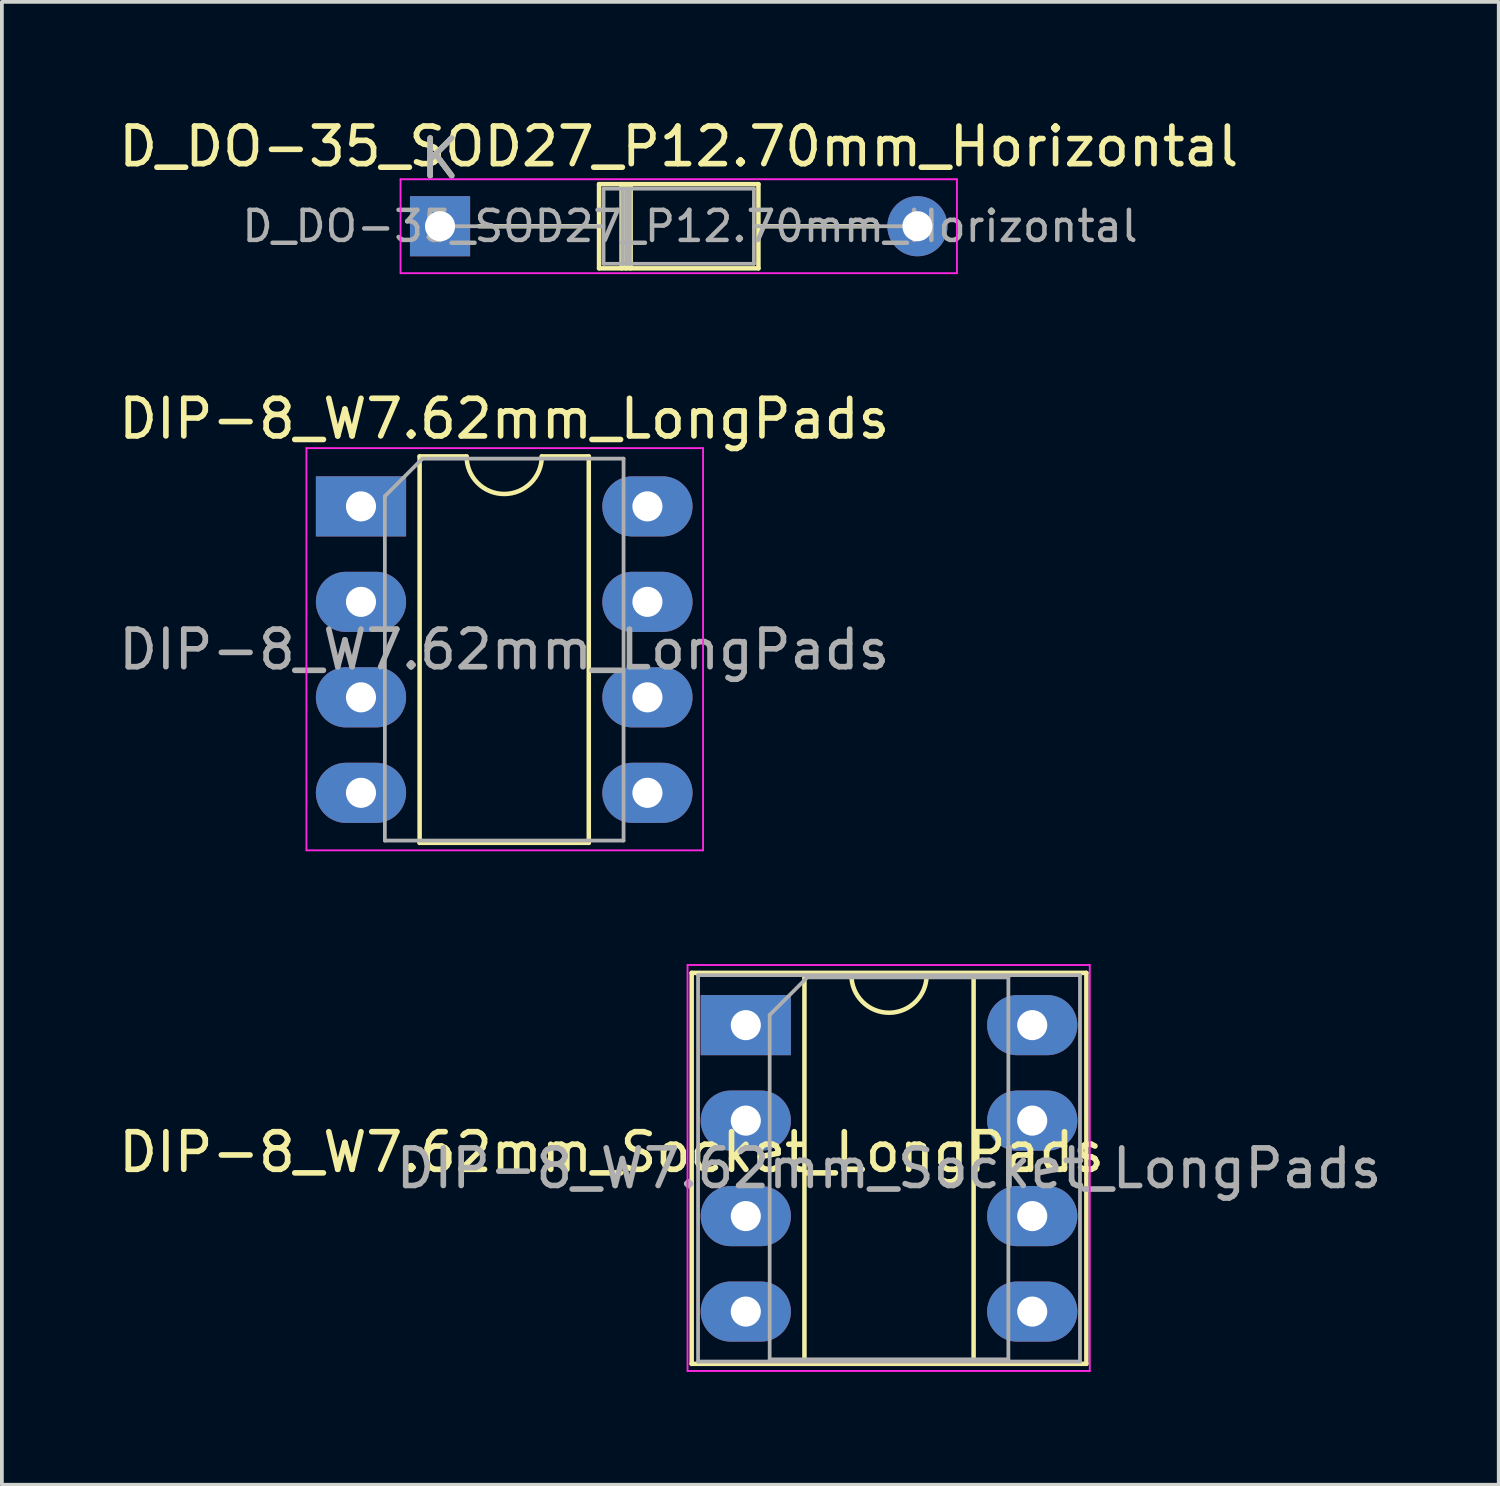
<source format=kicad_pcb>
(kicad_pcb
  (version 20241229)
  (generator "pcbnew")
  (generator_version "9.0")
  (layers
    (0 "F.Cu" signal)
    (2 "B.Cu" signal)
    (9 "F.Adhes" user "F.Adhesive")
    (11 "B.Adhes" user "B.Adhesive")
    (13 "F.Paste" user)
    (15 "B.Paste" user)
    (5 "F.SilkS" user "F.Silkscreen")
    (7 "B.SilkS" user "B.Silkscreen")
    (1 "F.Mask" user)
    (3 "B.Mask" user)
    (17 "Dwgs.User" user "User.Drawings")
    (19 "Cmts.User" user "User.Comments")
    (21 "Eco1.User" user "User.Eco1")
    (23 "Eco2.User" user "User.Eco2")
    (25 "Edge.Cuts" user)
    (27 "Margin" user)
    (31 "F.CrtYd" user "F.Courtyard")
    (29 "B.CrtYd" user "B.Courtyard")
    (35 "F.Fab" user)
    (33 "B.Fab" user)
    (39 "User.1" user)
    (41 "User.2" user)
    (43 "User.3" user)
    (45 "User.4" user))
  (footprint "DIP-8_W7.62mm_LongPads"
    (layer "F.Cu")
    (at 6.553 10.421)
    (property "Reference" "DIP-8_W7.62mm_LongPads" (at 3.81 -2.33 0) (layer "F.SilkS") (effects (font (size 1 1) (thickness 0.15))))
    (attr through_hole)
    (fp_line (start 1.56 -1.33) (end 1.56 8.95) (stroke (width 0.12) (type solid)) (layer "F.SilkS"))
    (fp_line (start 1.56 8.95) (end 6.06 8.95) (stroke (width 0.12) (type solid)) (layer "F.SilkS"))
    (fp_line (start 2.81 -1.33) (end 1.56 -1.33) (stroke (width 0.12) (type solid)) (layer "F.SilkS"))
    (fp_line (start 6.06 -1.33) (end 4.81 -1.33) (stroke (width 0.12) (type solid)) (layer "F.SilkS"))
    (fp_line (start 6.06 8.95) (end 6.06 -1.33) (stroke (width 0.12) (type solid)) (layer "F.SilkS"))
    (fp_arc (start 4.81 -1.33) (mid 3.81 -0.33) (end 2.81 -1.33) (stroke (width 0.12) (type solid)) (layer "F.SilkS"))
    (fp_line (start -1.45 -1.55) (end -1.45 9.15) (stroke (width 0.05) (type solid)) (layer "F.CrtYd"))
    (fp_line (start -1.45 9.15) (end 9.1 9.15) (stroke (width 0.05) (type solid)) (layer "F.CrtYd"))
    (fp_line (start 9.1 -1.55) (end -1.45 -1.55) (stroke (width 0.05) (type solid)) (layer "F.CrtYd"))
    (fp_line (start 9.1 9.15) (end 9.1 -1.55) (stroke (width 0.05) (type solid)) (layer "F.CrtYd"))
    (fp_line (start 0.635 -0.27) (end 1.635 -1.27) (stroke (width 0.1) (type solid)) (layer "F.Fab"))
    (fp_line (start 0.635 8.89) (end 0.635 -0.27) (stroke (width 0.1) (type solid)) (layer "F.Fab"))
    (fp_line (start 1.635 -1.27) (end 6.985 -1.27) (stroke (width 0.1) (type solid)) (layer "F.Fab"))
    (fp_line (start 6.985 -1.27) (end 6.985 8.89) (stroke (width 0.1) (type solid)) (layer "F.Fab"))
    (fp_line (start 6.985 8.89) (end 0.635 8.89) (stroke (width 0.1) (type solid)) (layer "F.Fab"))
    (fp_text user "${REFERENCE}" (at 3.81 3.81 0) (layer "F.Fab") (effects (font (size 1 1) (thickness 0.15))))
    (pad "1" thru_hole rect (at 0 0) (size 2.4 1.6) (drill 0.8) (layers "*.Cu" "*.Mask"))
    (pad "2" thru_hole oval (at 0 2.54) (size 2.4 1.6) (drill 0.8) (layers "*.Cu" "*.Mask"))
    (pad "3" thru_hole oval (at 0 5.08) (size 2.4 1.6) (drill 0.8) (layers "*.Cu" "*.Mask"))
    (pad "4" thru_hole oval (at 0 7.62) (size 2.4 1.6) (drill 0.8) (layers "*.Cu" "*.Mask"))
    (pad "5" thru_hole oval (at 7.62 7.62) (size 2.4 1.6) (drill 0.8) (layers "*.Cu" "*.Mask"))
    (pad "6" thru_hole oval (at 7.62 5.08) (size 2.4 1.6) (drill 0.8) (layers "*.Cu" "*.Mask"))
    (pad "7" thru_hole oval (at 7.62 2.54) (size 2.4 1.6) (drill 0.8) (layers "*.Cu" "*.Mask"))
    (pad "8" thru_hole oval (at 7.62 0) (size 2.4 1.6) (drill 0.8) (layers "*.Cu" "*.Mask")))
  (footprint "D_DO-35_SOD27_P12.70mm_Horizontal"
    (layer "F.Cu")
    (at 8.656 2.968)
    (property "Reference" "D_DO-35_SOD27_P12.70mm_Horizontal" (at 6.35 -2.12 0) (layer "F.SilkS") (effects (font (size 1 1) (thickness 0.15))))
    (attr through_hole)
    (fp_line (start 1.04 0) (end 4.23 0) (stroke (width 0.12) (type solid)) (layer "F.SilkS"))
    (fp_line (start 4.23 -1.12) (end 4.23 1.12) (stroke (width 0.12) (type solid)) (layer "F.SilkS"))
    (fp_line (start 4.23 1.12) (end 8.47 1.12) (stroke (width 0.12) (type solid)) (layer "F.SilkS"))
    (fp_line (start 4.83 -1.12) (end 4.83 1.12) (stroke (width 0.12) (type solid)) (layer "F.SilkS"))
    (fp_line (start 4.95 -1.12) (end 4.95 1.12) (stroke (width 0.12) (type solid)) (layer "F.SilkS"))
    (fp_line (start 5.07 -1.12) (end 5.07 1.12) (stroke (width 0.12) (type solid)) (layer "F.SilkS"))
    (fp_line (start 8.47 -1.12) (end 4.23 -1.12) (stroke (width 0.12) (type solid)) (layer "F.SilkS"))
    (fp_line (start 8.47 1.12) (end 8.47 -1.12) (stroke (width 0.12) (type solid)) (layer "F.SilkS"))
    (fp_line (start 11.66 0) (end 8.47 0) (stroke (width 0.12) (type solid)) (layer "F.SilkS"))
    (fp_line (start -1.05 -1.25) (end -1.05 1.25) (stroke (width 0.05) (type solid)) (layer "F.CrtYd"))
    (fp_line (start -1.05 1.25) (end 13.75 1.25) (stroke (width 0.05) (type solid)) (layer "F.CrtYd"))
    (fp_line (start 13.75 -1.25) (end -1.05 -1.25) (stroke (width 0.05) (type solid)) (layer "F.CrtYd"))
    (fp_line (start 13.75 1.25) (end 13.75 -1.25) (stroke (width 0.05) (type solid)) (layer "F.CrtYd"))
    (fp_line (start 0 0) (end 4.35 0) (stroke (width 0.1) (type solid)) (layer "F.Fab"))
    (fp_line (start 4.35 -1) (end 4.35 1) (stroke (width 0.1) (type solid)) (layer "F.Fab"))
    (fp_line (start 4.35 1) (end 8.35 1) (stroke (width 0.1) (type solid)) (layer "F.Fab"))
    (fp_line (start 4.85 -1) (end 4.85 1) (stroke (width 0.1) (type solid)) (layer "F.Fab"))
    (fp_line (start 4.95 -1) (end 4.95 1) (stroke (width 0.1) (type solid)) (layer "F.Fab"))
    (fp_line (start 5.05 -1) (end 5.05 1) (stroke (width 0.1) (type solid)) (layer "F.Fab"))
    (fp_line (start 8.35 -1) (end 4.35 -1) (stroke (width 0.1) (type solid)) (layer "F.Fab"))
    (fp_line (start 8.35 1) (end 8.35 -1) (stroke (width 0.1) (type solid)) (layer "F.Fab"))
    (fp_line (start 12.7 0) (end 8.35 0) (stroke (width 0.1) (type solid)) (layer "F.Fab"))
    (fp_text user "K" (at 0 -1.8 0) (layer "F.SilkS") (effects (font (size 1 1) (thickness 0.15))))
    (fp_text user "${REFERENCE}" (at 6.65 0 0) (layer "F.Fab") (effects (font (size 0.8 0.8) (thickness 0.12))))
    (fp_text user "K" (at 0 -1.8 0) (layer "F.Fab") (effects (font (size 1 1) (thickness 0.15))))
    (pad "1" thru_hole rect (at 0 0) (size 1.6 1.6) (drill 0.8) (layers "*.Cu" "*.Mask"))
    (pad "2" thru_hole oval (at 12.7 0) (size 1.6 1.6) (drill 0.8) (layers "*.Cu" "*.Mask")))
  (footprint "DIP-8_W7.62mm_Socket_LongPads"
    (layer "F.Cu")
    (at 16.79 24.221)
    (property "Reference" "DIP-8_W7.62mm_Socket_LongPads" (at -3.57 3.38 0) (layer "F.SilkS") (effects (font (size 1 1) (thickness 0.15))))
    (attr through_hole)
    (fp_line (start -1.44 -1.39) (end -1.44 9.01) (stroke (width 0.12) (type solid)) (layer "F.SilkS"))
    (fp_line (start -1.44 9.01) (end 9.06 9.01) (stroke (width 0.12) (type solid)) (layer "F.SilkS"))
    (fp_line (start 1.56 -1.33) (end 1.56 8.95) (stroke (width 0.12) (type solid)) (layer "F.SilkS"))
    (fp_line (start 1.56 8.95) (end 6.06 8.95) (stroke (width 0.12) (type solid)) (layer "F.SilkS"))
    (fp_line (start 2.81 -1.33) (end 1.56 -1.33) (stroke (width 0.12) (type solid)) (layer "F.SilkS"))
    (fp_line (start 6.06 -1.33) (end 4.81 -1.33) (stroke (width 0.12) (type solid)) (layer "F.SilkS"))
    (fp_line (start 6.06 8.95) (end 6.06 -1.33) (stroke (width 0.12) (type solid)) (layer "F.SilkS"))
    (fp_line (start 9.06 -1.39) (end -1.44 -1.39) (stroke (width 0.12) (type solid)) (layer "F.SilkS"))
    (fp_line (start 9.06 9.01) (end 9.06 -1.39) (stroke (width 0.12) (type solid)) (layer "F.SilkS"))
    (fp_arc (start 4.81 -1.33) (mid 3.81 -0.33) (end 2.81 -1.33) (stroke (width 0.12) (type solid)) (layer "F.SilkS"))
    (fp_line (start -1.55 -1.6) (end -1.55 9.2) (stroke (width 0.05) (type solid)) (layer "F.CrtYd"))
    (fp_line (start -1.55 9.2) (end 9.15 9.2) (stroke (width 0.05) (type solid)) (layer "F.CrtYd"))
    (fp_line (start 9.15 -1.6) (end -1.55 -1.6) (stroke (width 0.05) (type solid)) (layer "F.CrtYd"))
    (fp_line (start 9.15 9.2) (end 9.15 -1.6) (stroke (width 0.05) (type solid)) (layer "F.CrtYd"))
    (fp_line (start -1.27 -1.33) (end -1.27 8.95) (stroke (width 0.1) (type solid)) (layer "F.Fab"))
    (fp_line (start -1.27 8.95) (end 8.89 8.95) (stroke (width 0.1) (type solid)) (layer "F.Fab"))
    (fp_line (start 0.635 -0.27) (end 1.635 -1.27) (stroke (width 0.1) (type solid)) (layer "F.Fab"))
    (fp_line (start 0.635 8.89) (end 0.635 -0.27) (stroke (width 0.1) (type solid)) (layer "F.Fab"))
    (fp_line (start 1.635 -1.27) (end 6.985 -1.27) (stroke (width 0.1) (type solid)) (layer "F.Fab"))
    (fp_line (start 6.985 -1.27) (end 6.985 8.89) (stroke (width 0.1) (type solid)) (layer "F.Fab"))
    (fp_line (start 6.985 8.89) (end 0.635 8.89) (stroke (width 0.1) (type solid)) (layer "F.Fab"))
    (fp_line (start 8.89 -1.33) (end -1.27 -1.33) (stroke (width 0.1) (type solid)) (layer "F.Fab"))
    (fp_line (start 8.89 8.95) (end 8.89 -1.33) (stroke (width 0.1) (type solid)) (layer "F.Fab"))
    (fp_text user "${REFERENCE}" (at 3.81 3.81 0) (layer "F.Fab") (effects (font (size 1 1) (thickness 0.15))))
    (pad "1" thru_hole rect (at 0 0) (size 2.4 1.6) (drill 0.8) (layers "*.Cu" "*.Mask"))
    (pad "2" thru_hole oval (at 0 2.54) (size 2.4 1.6) (drill 0.8) (layers "*.Cu" "*.Mask"))
    (pad "3" thru_hole oval (at 0 5.08) (size 2.4 1.6) (drill 0.8) (layers "*.Cu" "*.Mask"))
    (pad "4" thru_hole oval (at 0 7.62) (size 2.4 1.6) (drill 0.8) (layers "*.Cu" "*.Mask"))
    (pad "5" thru_hole oval (at 7.62 7.62) (size 2.4 1.6) (drill 0.8) (layers "*.Cu" "*.Mask"))
    (pad "6" thru_hole oval (at 7.62 5.08) (size 2.4 1.6) (drill 0.8) (layers "*.Cu" "*.Mask"))
    (pad "7" thru_hole oval (at 7.62 2.54) (size 2.4 1.6) (drill 0.8) (layers "*.Cu" "*.Mask"))
    (pad "8" thru_hole oval (at 7.62 0) (size 2.4 1.6) (drill 0.8) (layers "*.Cu" "*.Mask")))
  (gr_rect
    (start -3 -3)
    (end 36.82 36.447)
    (stroke (width 0.1) (type default))
    (fill no)
    (layer "Edge.Cuts")))
</source>
